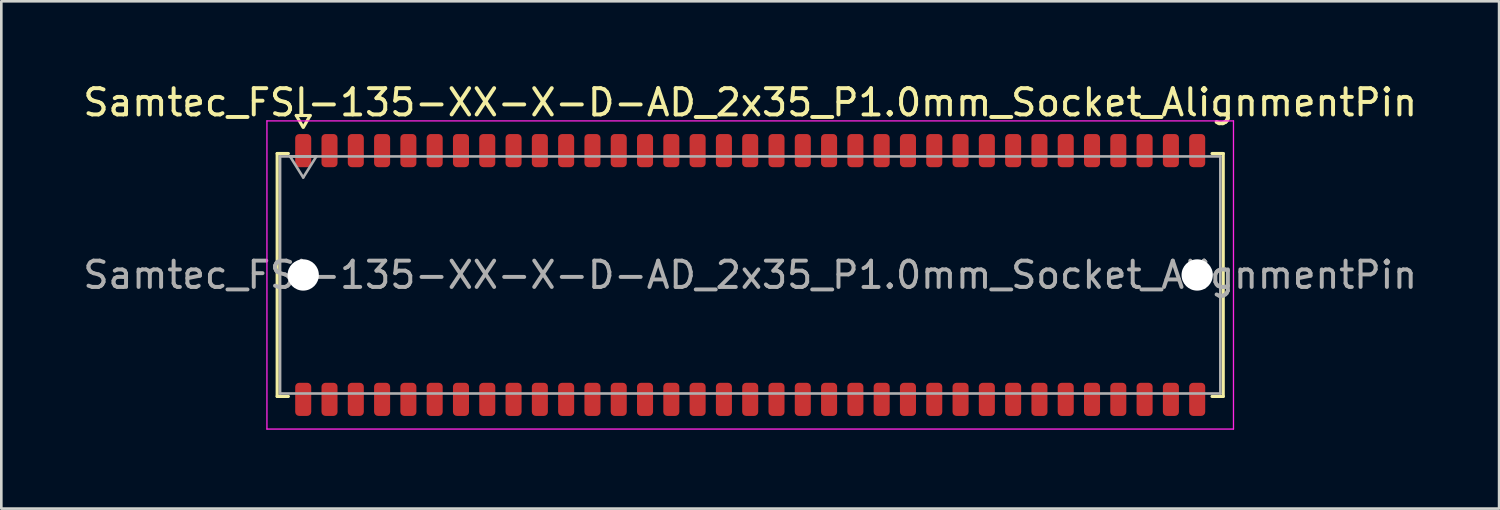
<source format=kicad_pcb>
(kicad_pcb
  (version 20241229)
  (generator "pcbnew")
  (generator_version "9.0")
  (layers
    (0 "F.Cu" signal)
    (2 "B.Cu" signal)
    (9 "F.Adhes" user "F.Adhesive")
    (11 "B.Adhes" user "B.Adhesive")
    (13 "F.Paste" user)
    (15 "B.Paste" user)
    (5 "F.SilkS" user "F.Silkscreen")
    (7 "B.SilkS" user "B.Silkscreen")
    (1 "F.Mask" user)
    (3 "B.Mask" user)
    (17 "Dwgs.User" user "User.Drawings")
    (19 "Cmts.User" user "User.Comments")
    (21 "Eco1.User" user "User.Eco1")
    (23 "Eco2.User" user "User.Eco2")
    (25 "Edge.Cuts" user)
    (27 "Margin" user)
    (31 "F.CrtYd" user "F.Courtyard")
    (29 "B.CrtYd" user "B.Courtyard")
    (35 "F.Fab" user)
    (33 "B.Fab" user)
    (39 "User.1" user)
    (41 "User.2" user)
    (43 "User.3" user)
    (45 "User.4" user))
  (footprint "Samtec_FSI-135-XX-X-D-AD_2x35_P1.0mm_Socket_AlignmentPin"
    (layer "F.Cu")
    (at 25.482 7.408)
    (property "Reference" "Samtec_FSI-135-XX-X-D-AD_2x35_P1.0mm_Socket_AlignmentPin" (at 0 -6.56 0) (layer "F.SilkS") (effects (font (size 1 1) (thickness 0.15))))
    (attr smd)
    (fp_line (start -17.99 -4.619) (end -17.565 -4.619) (stroke (width 0.12) (type solid)) (layer "F.SilkS"))
    (fp_line (start -17.99 4.619) (end -17.99 -4.619) (stroke (width 0.12) (type solid)) (layer "F.SilkS"))
    (fp_line (start -17.565 4.619) (end -17.99 4.619) (stroke (width 0.12) (type solid)) (layer "F.SilkS"))
    (fp_line (start -17.264 -6.066) (end -17.007 -5.62) (stroke (width 0.12) (type solid)) (layer "F.SilkS"))
    (fp_line (start -16.993 -5.62) (end -16.736 -6.066) (stroke (width 0.12) (type solid)) (layer "F.SilkS"))
    (fp_line (start -16.736 -6.066) (end -17.264 -6.066) (stroke (width 0.12) (type solid)) (layer "F.SilkS"))
    (fp_line (start 17.565 -4.619) (end 17.99 -4.619) (stroke (width 0.12) (type solid)) (layer "F.SilkS"))
    (fp_line (start 17.99 -4.619) (end 17.99 4.619) (stroke (width 0.12) (type solid)) (layer "F.SilkS"))
    (fp_line (start 17.99 4.619) (end 17.565 4.619) (stroke (width 0.12) (type solid)) (layer "F.SilkS"))
    (fp_line (start -18.38 -5.86) (end -18.38 5.86) (stroke (width 0.05) (type solid)) (layer "F.CrtYd"))
    (fp_line (start -18.38 5.86) (end 18.38 5.86) (stroke (width 0.05) (type solid)) (layer "F.CrtYd"))
    (fp_line (start 18.38 -5.86) (end -18.38 -5.86) (stroke (width 0.05) (type solid)) (layer "F.CrtYd"))
    (fp_line (start 18.38 5.86) (end 18.38 -5.86) (stroke (width 0.05) (type solid)) (layer "F.CrtYd"))
    (fp_line (start -17.88 -4.508) (end 17.88 -4.508) (stroke (width 0.1) (type solid)) (layer "F.Fab"))
    (fp_line (start -17.88 4.508) (end -17.88 -4.508) (stroke (width 0.1) (type solid)) (layer "F.Fab"))
    (fp_line (start -17.5 -4.508) (end -17 -3.708) (stroke (width 0.1) (type solid)) (layer "F.Fab"))
    (fp_line (start -17 -3.708) (end -16.5 -4.508) (stroke (width 0.1) (type solid)) (layer "F.Fab"))
    (fp_line (start -16.5 -4.508) (end -17.5 -4.508) (stroke (width 0.1) (type solid)) (layer "F.Fab"))
    (fp_line (start 17.88 -4.508) (end 17.88 4.508) (stroke (width 0.1) (type solid)) (layer "F.Fab"))
    (fp_line (start 17.88 4.508) (end -17.88 4.508) (stroke (width 0.1) (type solid)) (layer "F.Fab"))
    (fp_text user "${REFERENCE}" (at 0 0 0) (layer "F.Fab") (effects (font (size 1 1) (thickness 0.15))))
    (pad "" np_thru_hole circle (at -17 0) (size 1.19 1.19) (drill 1.19) (layers "*.Cu" "*.Mask"))
    (pad "" np_thru_hole circle (at 17 0) (size 1.19 1.19) (drill 1.19) (layers "*.Cu" "*.Mask"))
    (pad "1" smd roundrect (at -17 -4.73) (size 0.61 1.26) (layers "F.Cu" "F.Mask" "F.Paste") (roundrect_rratio 0.25))
    (pad "2" smd roundrect (at -17 4.73) (size 0.61 1.26) (layers "F.Cu" "F.Mask" "F.Paste") (roundrect_rratio 0.25))
    (pad "3" smd roundrect (at -16 -4.73) (size 0.61 1.26) (layers "F.Cu" "F.Mask" "F.Paste") (roundrect_rratio 0.25))
    (pad "4" smd roundrect (at -16 4.73) (size 0.61 1.26) (layers "F.Cu" "F.Mask" "F.Paste") (roundrect_rratio 0.25))
    (pad "5" smd roundrect (at -15 -4.73) (size 0.61 1.26) (layers "F.Cu" "F.Mask" "F.Paste") (roundrect_rratio 0.25))
    (pad "6" smd roundrect (at -15 4.73) (size 0.61 1.26) (layers "F.Cu" "F.Mask" "F.Paste") (roundrect_rratio 0.25))
    (pad "7" smd roundrect (at -14 -4.73) (size 0.61 1.26) (layers "F.Cu" "F.Mask" "F.Paste") (roundrect_rratio 0.25))
    (pad "8" smd roundrect (at -14 4.73) (size 0.61 1.26) (layers "F.Cu" "F.Mask" "F.Paste") (roundrect_rratio 0.25))
    (pad "9" smd roundrect (at -13 -4.73) (size 0.61 1.26) (layers "F.Cu" "F.Mask" "F.Paste") (roundrect_rratio 0.25))
    (pad "10" smd roundrect (at -13 4.73) (size 0.61 1.26) (layers "F.Cu" "F.Mask" "F.Paste") (roundrect_rratio 0.25))
    (pad "11" smd roundrect (at -12 -4.73) (size 0.61 1.26) (layers "F.Cu" "F.Mask" "F.Paste") (roundrect_rratio 0.25))
    (pad "12" smd roundrect (at -12 4.73) (size 0.61 1.26) (layers "F.Cu" "F.Mask" "F.Paste") (roundrect_rratio 0.25))
    (pad "13" smd roundrect (at -11 -4.73) (size 0.61 1.26) (layers "F.Cu" "F.Mask" "F.Paste") (roundrect_rratio 0.25))
    (pad "14" smd roundrect (at -11 4.73) (size 0.61 1.26) (layers "F.Cu" "F.Mask" "F.Paste") (roundrect_rratio 0.25))
    (pad "15" smd roundrect (at -10 -4.73) (size 0.61 1.26) (layers "F.Cu" "F.Mask" "F.Paste") (roundrect_rratio 0.25))
    (pad "16" smd roundrect (at -10 4.73) (size 0.61 1.26) (layers "F.Cu" "F.Mask" "F.Paste") (roundrect_rratio 0.25))
    (pad "17" smd roundrect (at -9 -4.73) (size 0.61 1.26) (layers "F.Cu" "F.Mask" "F.Paste") (roundrect_rratio 0.25))
    (pad "18" smd roundrect (at -9 4.73) (size 0.61 1.26) (layers "F.Cu" "F.Mask" "F.Paste") (roundrect_rratio 0.25))
    (pad "19" smd roundrect (at -8 -4.73) (size 0.61 1.26) (layers "F.Cu" "F.Mask" "F.Paste") (roundrect_rratio 0.25))
    (pad "20" smd roundrect (at -8 4.73) (size 0.61 1.26) (layers "F.Cu" "F.Mask" "F.Paste") (roundrect_rratio 0.25))
    (pad "21" smd roundrect (at -7 -4.73) (size 0.61 1.26) (layers "F.Cu" "F.Mask" "F.Paste") (roundrect_rratio 0.25))
    (pad "22" smd roundrect (at -7 4.73) (size 0.61 1.26) (layers "F.Cu" "F.Mask" "F.Paste") (roundrect_rratio 0.25))
    (pad "23" smd roundrect (at -6 -4.73) (size 0.61 1.26) (layers "F.Cu" "F.Mask" "F.Paste") (roundrect_rratio 0.25))
    (pad "24" smd roundrect (at -6 4.73) (size 0.61 1.26) (layers "F.Cu" "F.Mask" "F.Paste") (roundrect_rratio 0.25))
    (pad "25" smd roundrect (at -5 -4.73) (size 0.61 1.26) (layers "F.Cu" "F.Mask" "F.Paste") (roundrect_rratio 0.25))
    (pad "26" smd roundrect (at -5 4.73) (size 0.61 1.26) (layers "F.Cu" "F.Mask" "F.Paste") (roundrect_rratio 0.25))
    (pad "27" smd roundrect (at -4 -4.73) (size 0.61 1.26) (layers "F.Cu" "F.Mask" "F.Paste") (roundrect_rratio 0.25))
    (pad "28" smd roundrect (at -4 4.73) (size 0.61 1.26) (layers "F.Cu" "F.Mask" "F.Paste") (roundrect_rratio 0.25))
    (pad "29" smd roundrect (at -3 -4.73) (size 0.61 1.26) (layers "F.Cu" "F.Mask" "F.Paste") (roundrect_rratio 0.25))
    (pad "30" smd roundrect (at -3 4.73) (size 0.61 1.26) (layers "F.Cu" "F.Mask" "F.Paste") (roundrect_rratio 0.25))
    (pad "31" smd roundrect (at -2 -4.73) (size 0.61 1.26) (layers "F.Cu" "F.Mask" "F.Paste") (roundrect_rratio 0.25))
    (pad "32" smd roundrect (at -2 4.73) (size 0.61 1.26) (layers "F.Cu" "F.Mask" "F.Paste") (roundrect_rratio 0.25))
    (pad "33" smd roundrect (at -1 -4.73) (size 0.61 1.26) (layers "F.Cu" "F.Mask" "F.Paste") (roundrect_rratio 0.25))
    (pad "34" smd roundrect (at -1 4.73) (size 0.61 1.26) (layers "F.Cu" "F.Mask" "F.Paste") (roundrect_rratio 0.25))
    (pad "35" smd roundrect (at 0 -4.73) (size 0.61 1.26) (layers "F.Cu" "F.Mask" "F.Paste") (roundrect_rratio 0.25))
    (pad "36" smd roundrect (at 0 4.73) (size 0.61 1.26) (layers "F.Cu" "F.Mask" "F.Paste") (roundrect_rratio 0.25))
    (pad "37" smd roundrect (at 1 -4.73) (size 0.61 1.26) (layers "F.Cu" "F.Mask" "F.Paste") (roundrect_rratio 0.25))
    (pad "38" smd roundrect (at 1 4.73) (size 0.61 1.26) (layers "F.Cu" "F.Mask" "F.Paste") (roundrect_rratio 0.25))
    (pad "39" smd roundrect (at 2 -4.73) (size 0.61 1.26) (layers "F.Cu" "F.Mask" "F.Paste") (roundrect_rratio 0.25))
    (pad "40" smd roundrect (at 2 4.73) (size 0.61 1.26) (layers "F.Cu" "F.Mask" "F.Paste") (roundrect_rratio 0.25))
    (pad "41" smd roundrect (at 3 -4.73) (size 0.61 1.26) (layers "F.Cu" "F.Mask" "F.Paste") (roundrect_rratio 0.25))
    (pad "42" smd roundrect (at 3 4.73) (size 0.61 1.26) (layers "F.Cu" "F.Mask" "F.Paste") (roundrect_rratio 0.25))
    (pad "43" smd roundrect (at 4 -4.73) (size 0.61 1.26) (layers "F.Cu" "F.Mask" "F.Paste") (roundrect_rratio 0.25))
    (pad "44" smd roundrect (at 4 4.73) (size 0.61 1.26) (layers "F.Cu" "F.Mask" "F.Paste") (roundrect_rratio 0.25))
    (pad "45" smd roundrect (at 5 -4.73) (size 0.61 1.26) (layers "F.Cu" "F.Mask" "F.Paste") (roundrect_rratio 0.25))
    (pad "46" smd roundrect (at 5 4.73) (size 0.61 1.26) (layers "F.Cu" "F.Mask" "F.Paste") (roundrect_rratio 0.25))
    (pad "47" smd roundrect (at 6 -4.73) (size 0.61 1.26) (layers "F.Cu" "F.Mask" "F.Paste") (roundrect_rratio 0.25))
    (pad "48" smd roundrect (at 6 4.73) (size 0.61 1.26) (layers "F.Cu" "F.Mask" "F.Paste") (roundrect_rratio 0.25))
    (pad "49" smd roundrect (at 7 -4.73) (size 0.61 1.26) (layers "F.Cu" "F.Mask" "F.Paste") (roundrect_rratio 0.25))
    (pad "50" smd roundrect (at 7 4.73) (size 0.61 1.26) (layers "F.Cu" "F.Mask" "F.Paste") (roundrect_rratio 0.25))
    (pad "51" smd roundrect (at 8 -4.73) (size 0.61 1.26) (layers "F.Cu" "F.Mask" "F.Paste") (roundrect_rratio 0.25))
    (pad "52" smd roundrect (at 8 4.73) (size 0.61 1.26) (layers "F.Cu" "F.Mask" "F.Paste") (roundrect_rratio 0.25))
    (pad "53" smd roundrect (at 9 -4.73) (size 0.61 1.26) (layers "F.Cu" "F.Mask" "F.Paste") (roundrect_rratio 0.25))
    (pad "54" smd roundrect (at 9 4.73) (size 0.61 1.26) (layers "F.Cu" "F.Mask" "F.Paste") (roundrect_rratio 0.25))
    (pad "55" smd roundrect (at 10 -4.73) (size 0.61 1.26) (layers "F.Cu" "F.Mask" "F.Paste") (roundrect_rratio 0.25))
    (pad "56" smd roundrect (at 10 4.73) (size 0.61 1.26) (layers "F.Cu" "F.Mask" "F.Paste") (roundrect_rratio 0.25))
    (pad "57" smd roundrect (at 11 -4.73) (size 0.61 1.26) (layers "F.Cu" "F.Mask" "F.Paste") (roundrect_rratio 0.25))
    (pad "58" smd roundrect (at 11 4.73) (size 0.61 1.26) (layers "F.Cu" "F.Mask" "F.Paste") (roundrect_rratio 0.25))
    (pad "59" smd roundrect (at 12 -4.73) (size 0.61 1.26) (layers "F.Cu" "F.Mask" "F.Paste") (roundrect_rratio 0.25))
    (pad "60" smd roundrect (at 12 4.73) (size 0.61 1.26) (layers "F.Cu" "F.Mask" "F.Paste") (roundrect_rratio 0.25))
    (pad "61" smd roundrect (at 13 -4.73) (size 0.61 1.26) (layers "F.Cu" "F.Mask" "F.Paste") (roundrect_rratio 0.25))
    (pad "62" smd roundrect (at 13 4.73) (size 0.61 1.26) (layers "F.Cu" "F.Mask" "F.Paste") (roundrect_rratio 0.25))
    (pad "63" smd roundrect (at 14 -4.73) (size 0.61 1.26) (layers "F.Cu" "F.Mask" "F.Paste") (roundrect_rratio 0.25))
    (pad "64" smd roundrect (at 14 4.73) (size 0.61 1.26) (layers "F.Cu" "F.Mask" "F.Paste") (roundrect_rratio 0.25))
    (pad "65" smd roundrect (at 15 -4.73) (size 0.61 1.26) (layers "F.Cu" "F.Mask" "F.Paste") (roundrect_rratio 0.25))
    (pad "66" smd roundrect (at 15 4.73) (size 0.61 1.26) (layers "F.Cu" "F.Mask" "F.Paste") (roundrect_rratio 0.25))
    (pad "67" smd roundrect (at 16 -4.73) (size 0.61 1.26) (layers "F.Cu" "F.Mask" "F.Paste") (roundrect_rratio 0.25))
    (pad "68" smd roundrect (at 16 4.73) (size 0.61 1.26) (layers "F.Cu" "F.Mask" "F.Paste") (roundrect_rratio 0.25))
    (pad "69" smd roundrect (at 17 -4.73) (size 0.61 1.26) (layers "F.Cu" "F.Mask" "F.Paste") (roundrect_rratio 0.25))
    (pad "70" smd roundrect (at 17 4.73) (size 0.61 1.26) (layers "F.Cu" "F.Mask" "F.Paste") (roundrect_rratio 0.25)))
  (gr_rect
    (start -3 -3)
    (end 53.964 16.293)
    (stroke (width 0.1) (type default))
    (fill no)
    (layer "Edge.Cuts")))
</source>
